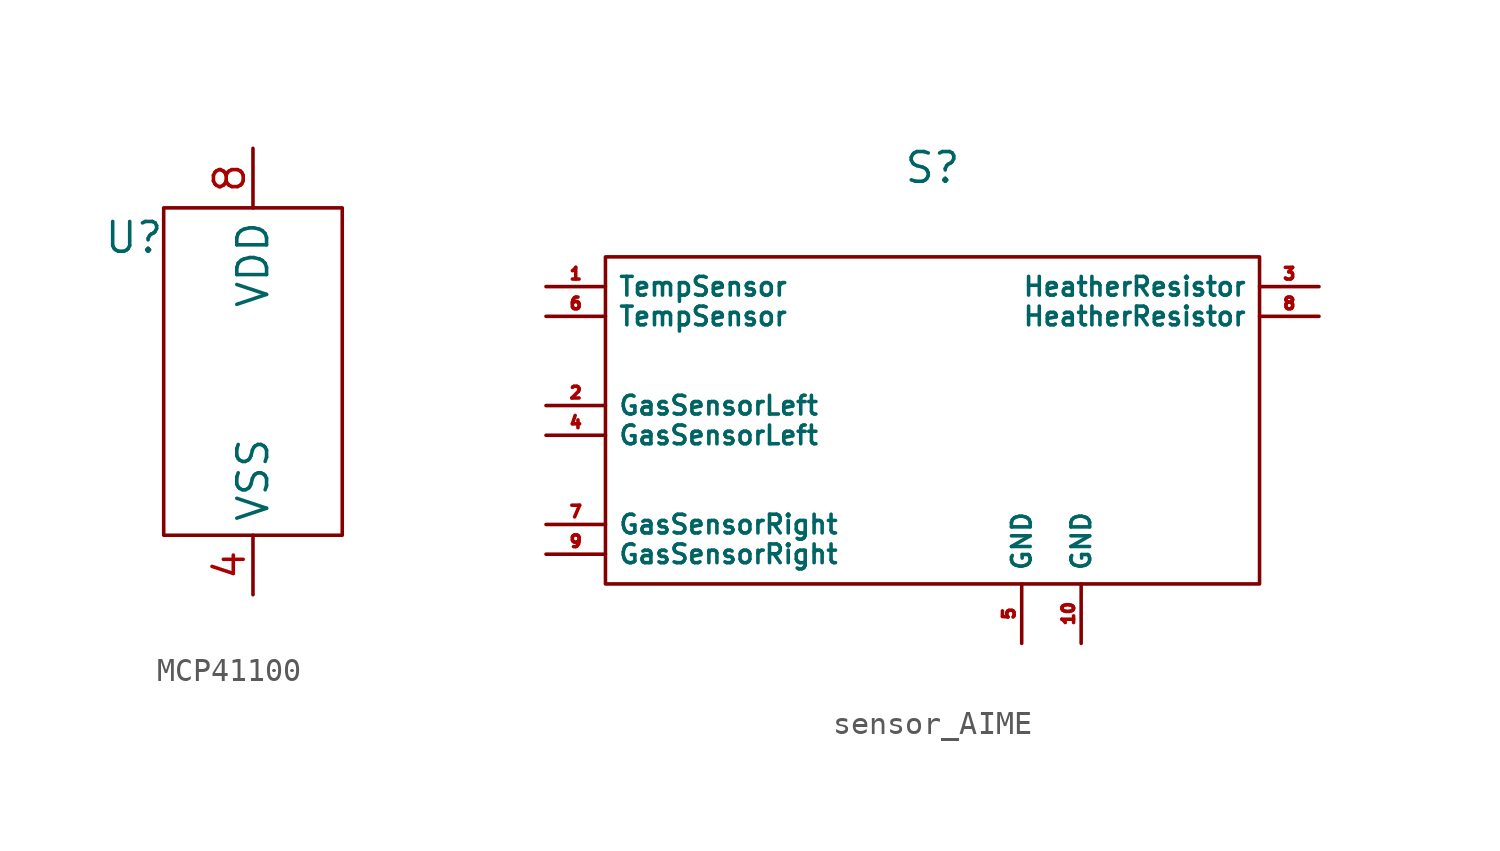
<source format=kicad_sym>
(kicad_symbol_lib
  (version 20220914)
  (generator kicad_symbol_editor)
  (symbol "MCP41100"
    (property "Reference" "U"
      (at 0 0 0)
      (effects (font (size 1.27 1.27))))
    (property "Value" ""
      (at 0 0 0)
      (effects (font (size 1.27 1.27))))
    (symbol "MCP41100_0_1"
      (rectangle (start 1.27 1.27) (end 8.89 -12.7) (stroke (width 0) (type default)) (fill (type none))))
    (symbol "MCP41100_1_1"
      (pin power_in line (at 5.08 -15.24 90) (length 2.54) (name "VSS" (effects (font (size 1.27 1.27)))) (number "4" (effects (font (size 1.27 1.27)))))
      (pin power_in line (at 5.08 3.81 270) (length 2.54) (name "VDD" (effects (font (size 1.27 1.27)))) (number "8" (effects (font (size 1.27 1.27)))))))
  (symbol "sensor_AIME"
    (property "Reference" "S"
      (at 0 2.54 0)
      (effects (font (size 1.27 1.27))))
    (property "Value" ""
      (at 0 0 0)
      (effects (font (size 1.27 1.27))))
    (symbol "sensor_AIME_0_1"
      (polyline (pts (xy 0 -1.27) (xy -13.97 -1.27) (xy -13.97 -15.24) (xy 13.97 -15.24) (xy 13.97 -1.27) (xy 0 -1.27)) (stroke (width 0) (type default)) (fill (type none))))
    (symbol "sensor_AIME_1_1"
      (pin passive line (at -16.51 -2.54 0) (length 2.54) (name "TempSensor" (effects (font (size 0.8 0.8)))) (number "1" (effects (font (size 0.5 0.5)))))
      (pin power_in line (at 6.35 -17.78 90) (length 2.54) (name "GND" (effects (font (size 0.8 0.8)))) (number "10" (effects (font (size 0.5 0.5)))))
      (pin passive line (at -16.51 -7.62 0) (length 2.54) (name "GasSensorLeft" (effects (font (size 0.8 0.8)))) (number "2" (effects (font (size 0.5 0.5)))))
      (pin passive line (at 16.51 -2.54 180) (length 2.54) (name "HeatherResistor" (effects (font (size 0.8 0.8)))) (number "3" (effects (font (size 0.5 0.5)))))
      (pin passive line (at -16.51 -8.89 0) (length 2.54) (name "GasSensorLeft" (effects (font (size 0.8 0.8)))) (number "4" (effects (font (size 0.5 0.5)))))
      (pin power_in line (at 3.81 -17.78 90) (length 2.54) (name "GND" (effects (font (size 0.8 0.8)))) (number "5" (effects (font (size 0.5 0.5)))))
      (pin passive line (at -16.51 -3.81 0) (length 2.54) (name "TempSensor" (effects (font (size 0.8 0.8)))) (number "6" (effects (font (size 0.5 0.5)))))
      (pin passive line (at -16.51 -12.7 0) (length 2.54) (name "GasSensorRight" (effects (font (size 0.8 0.8)))) (number "7" (effects (font (size 0.5 0.5)))))
      (pin passive line (at 16.51 -3.81 180) (length 2.54) (name "HeatherResistor" (effects (font (size 0.8 0.8)))) (number "8" (effects (font (size 0.5 0.5)))))
      (pin passive line (at -16.51 -13.97 0) (length 2.54) (name "GasSensorRight" (effects (font (size 0.8 0.8)))) (number "9" (effects (font (size 0.5 0.5))))))))
</source>
